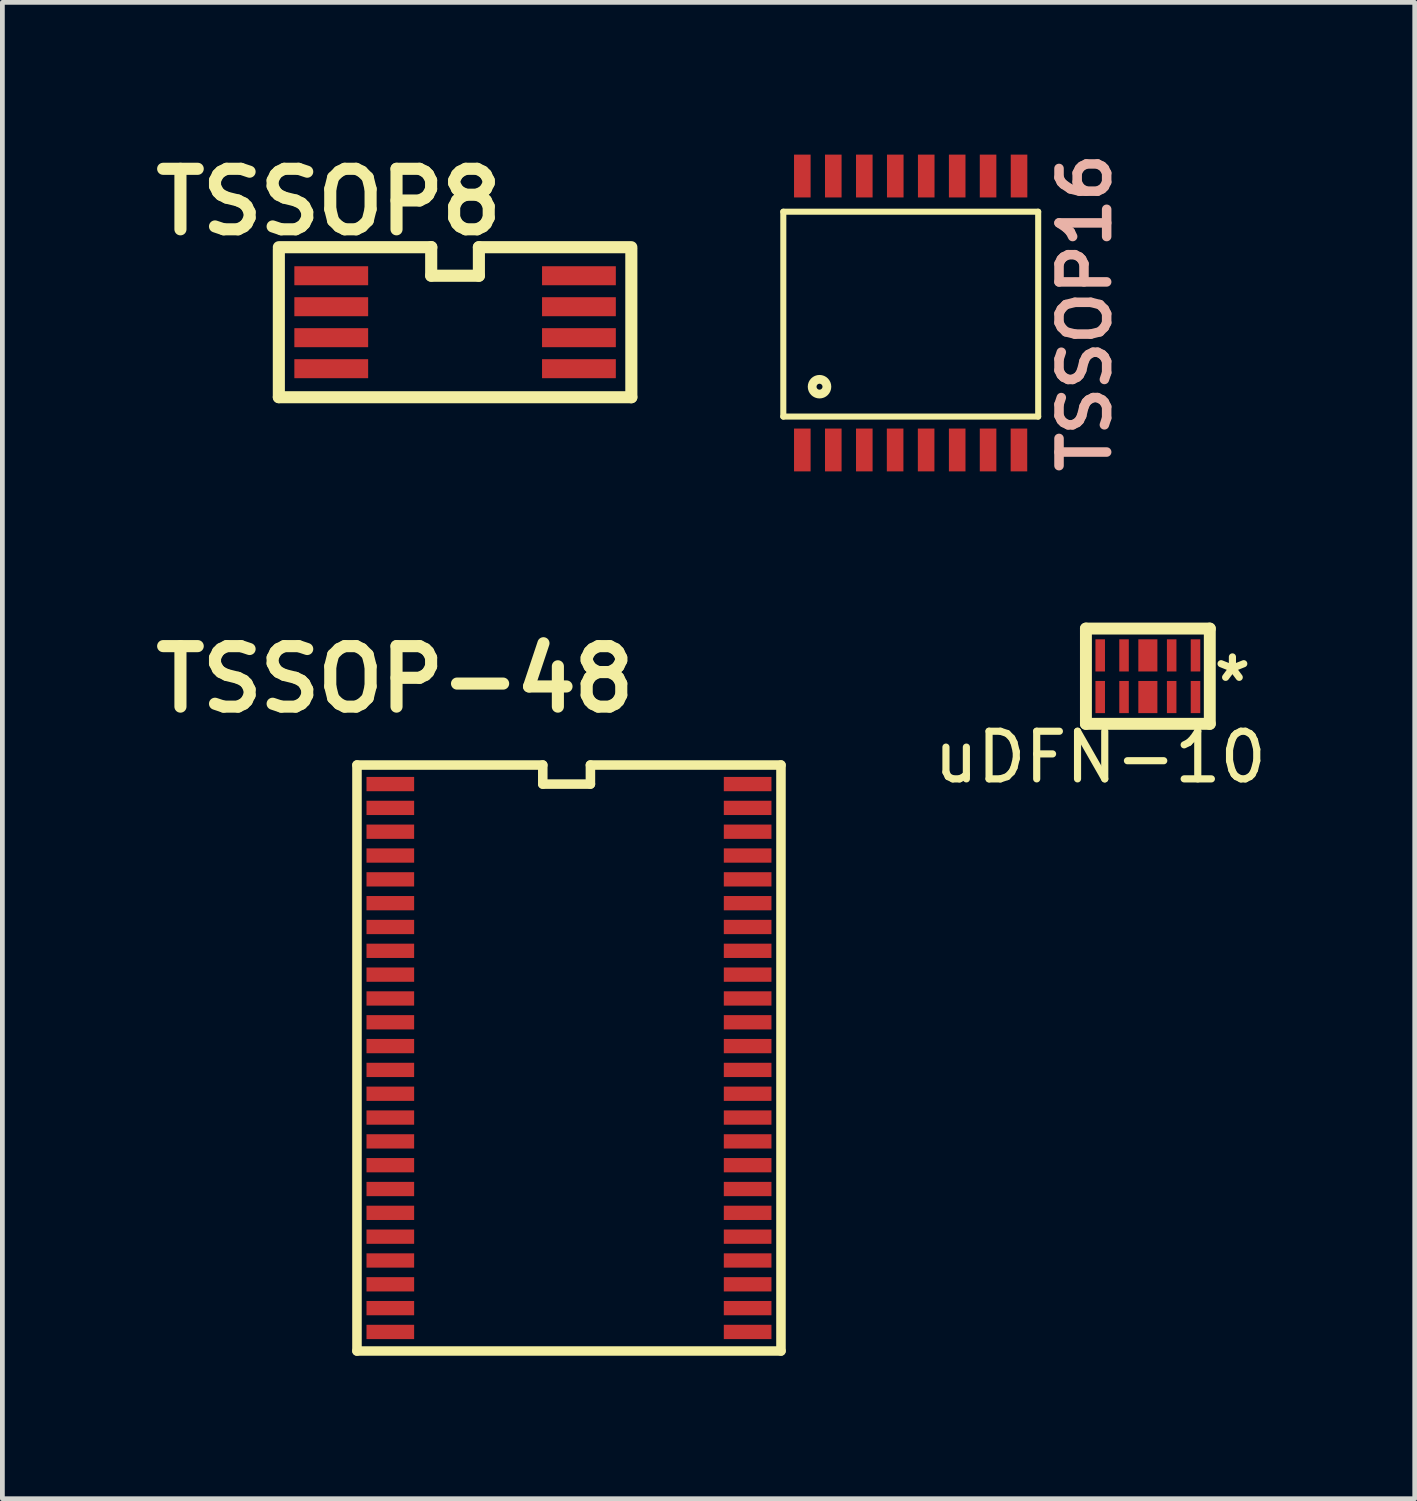
<source format=kicad_pcb>
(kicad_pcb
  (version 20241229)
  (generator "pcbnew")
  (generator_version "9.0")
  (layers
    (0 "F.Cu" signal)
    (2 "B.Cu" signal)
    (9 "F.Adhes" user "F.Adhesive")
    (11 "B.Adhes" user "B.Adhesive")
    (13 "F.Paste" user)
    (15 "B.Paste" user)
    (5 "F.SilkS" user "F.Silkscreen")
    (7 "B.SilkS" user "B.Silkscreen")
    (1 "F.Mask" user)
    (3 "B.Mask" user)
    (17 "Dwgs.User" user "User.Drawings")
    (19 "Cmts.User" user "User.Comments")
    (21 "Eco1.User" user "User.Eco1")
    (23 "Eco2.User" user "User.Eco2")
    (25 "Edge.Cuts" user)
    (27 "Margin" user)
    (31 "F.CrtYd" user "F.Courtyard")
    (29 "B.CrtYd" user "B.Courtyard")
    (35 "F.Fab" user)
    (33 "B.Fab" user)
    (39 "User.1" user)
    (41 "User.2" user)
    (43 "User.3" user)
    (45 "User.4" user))
  (footprint "TSSOP8"
    (layer "F.Cu")
    (at 3.903 2.738)
    (property "Reference" "TSSOP8" (at -0.051 -1.549 0) (layer "F.SilkS") (effects (font (size 1.27 1.27) (thickness 0.254))))
    (attr through_hole)
    (fp_line (start -1.1 -0.551) (end -1.1 2.548) (stroke (width 0.254) (type solid)) (layer "F.SilkS"))
    (fp_line (start -1.1 2.55) (end 6.299 2.55) (stroke (width 0.254) (type solid)) (layer "F.SilkS"))
    (fp_line (start 2.098 -0.003) (end 2.098 -0.602) (stroke (width 0.254) (type solid)) (layer "F.SilkS"))
    (fp_line (start 2.101 -0.599) (end -1.1 -0.599) (stroke (width 0.254) (type solid)) (layer "F.SilkS"))
    (fp_line (start 3.099 -0.599) (end 3.099 0) (stroke (width 0.254) (type solid)) (layer "F.SilkS"))
    (fp_line (start 3.099 -0.599) (end 6.299 -0.599) (stroke (width 0.254) (type solid)) (layer "F.SilkS"))
    (fp_line (start 3.099 0) (end 2.098 0) (stroke (width 0.254) (type solid)) (layer "F.SilkS"))
    (fp_line (start 6.299 2.55) (end 6.299 -0.549) (stroke (width 0.254) (type solid)) (layer "F.SilkS"))
    (pad "1" smd rect (at 0 0) (size 1.549 0.399) (layers "F.Cu" "F.Mask" "F.Paste"))
    (pad "2" smd rect (at 0 0.65) (size 1.549 0.399) (layers "F.Cu" "F.Mask" "F.Paste"))
    (pad "3" smd rect (at 0 1.3) (size 1.549 0.399) (layers "F.Cu" "F.Mask" "F.Paste"))
    (pad "4" smd rect (at 0 1.951) (size 1.549 0.399) (layers "F.Cu" "F.Mask" "F.Paste"))
    (pad "5" smd rect (at 5.199 1.951) (size 1.549 0.399) (layers "F.Cu" "F.Mask" "F.Paste"))
    (pad "6" smd rect (at 5.199 1.3) (size 1.549 0.399) (layers "F.Cu" "F.Mask" "F.Paste"))
    (pad "7" smd rect (at 5.199 0.65) (size 1.549 0.399) (layers "F.Cu" "F.Mask" "F.Paste"))
    (pad "8" smd rect (at 5.199 0) (size 1.549 0.399) (layers "F.Cu" "F.Mask" "F.Paste")))
  (footprint "TSSOP16"
    (layer "F.Cu")
    (at 16.067 3.52)
    (property "Reference" "TSSOP16" (at 3.66 -0.01 90) (layer "B.SilkS") (effects (font (size 1 1) (thickness 0.2))))
    (attr smd)
    (fp_line (start -2.675 2.174) (end -2.675 -2.126) (stroke (width 0.127) (type solid)) (layer "F.SilkS"))
    (fp_line (start -2.675 2.174) (end 2.675 2.174) (stroke (width 0.127) (type solid)) (layer "F.SilkS"))
    (fp_line (start 2.675 -2.126) (end -2.675 -2.126) (stroke (width 0.127) (type solid)) (layer "F.SilkS"))
    (fp_line (start 2.675 2.174) (end 2.675 -2.126) (stroke (width 0.127) (type solid)) (layer "F.SilkS"))
    (fp_circle (center -1.915 1.547) (end -1.875 1.595) (stroke (width 0.127) (type solid)) (fill no) (layer "F.SilkS"))
    (fp_circle (center -1.915 1.547) (end -1.755 1.636) (stroke (width 0.127) (type solid)) (fill no) (layer "F.SilkS"))
    (fp_circle (center -1.902 1.549) (end -2.062 1.709) (stroke (width 0.00012) (type solid)) (fill no) (layer "F.SilkS"))
    (fp_circle (center -1.902 1.549) (end -2.062 1.709) (stroke (width 0.00012) (type solid)) (fill no) (layer "F.SilkS"))
    (pad "1" smd rect (at -2.276 2.875) (size 0.348 0.899) (layers "F.Cu" "F.Mask" "F.Paste"))
    (pad "2" smd rect (at -1.626 2.875) (size 0.348 0.899) (layers "F.Cu" "F.Mask" "F.Paste"))
    (pad "3" smd rect (at -0.975 2.875) (size 0.348 0.899) (layers "F.Cu" "F.Mask" "F.Paste"))
    (pad "4" smd rect (at -0.328 2.875) (size 0.348 0.899) (layers "F.Cu" "F.Mask" "F.Paste"))
    (pad "5" smd rect (at 0.323 2.875) (size 0.348 0.899) (layers "F.Cu" "F.Mask" "F.Paste"))
    (pad "6" smd rect (at 0.975 2.875) (size 0.348 0.899) (layers "F.Cu" "F.Mask" "F.Paste"))
    (pad "7" smd rect (at 1.623 2.875) (size 0.348 0.899) (layers "F.Cu" "F.Mask" "F.Paste"))
    (pad "8" smd rect (at 2.271 2.875) (size 0.348 0.899) (layers "F.Cu" "F.Mask" "F.Paste"))
    (pad "9" smd rect (at 2.273 -2.875) (size 0.348 0.899) (layers "F.Cu" "F.Mask" "F.Paste"))
    (pad "10" smd rect (at 1.623 -2.875) (size 0.348 0.899) (layers "F.Cu" "F.Mask" "F.Paste"))
    (pad "11" smd rect (at 0.975 -2.875) (size 0.348 0.899) (layers "F.Cu" "F.Mask" "F.Paste"))
    (pad "12" smd rect (at 0.325 -2.875) (size 0.348 0.899) (layers "F.Cu" "F.Mask" "F.Paste"))
    (pad "13" smd rect (at -0.325 -2.875) (size 0.348 0.899) (layers "F.Cu" "F.Mask" "F.Paste"))
    (pad "14" smd rect (at -0.975 -2.875) (size 0.348 0.899) (layers "F.Cu" "F.Mask" "F.Paste"))
    (pad "15" smd rect (at -1.626 -2.875) (size 0.348 0.899) (layers "F.Cu" "F.Mask" "F.Paste"))
    (pad "16" smd rect (at -2.276 -2.875) (size 0.348 0.899) (layers "F.Cu" "F.Mask" "F.Paste")))
  (footprint "uDFN-10"
    (layer "F.Cu")
    (at 21.044 11.144)
    (property "Reference" "uDFN-10" (at -1 1.7 0) (layer "F.SilkS") (effects (font (size 1 1) (thickness 0.15))))
    (attr smd)
    (fp_line (start -1.3 -1) (end 1.3 -1) (stroke (width 0.25) (type solid)) (layer "F.SilkS"))
    (fp_line (start -1.3 1) (end -1.3 -1) (stroke (width 0.25) (type solid)) (layer "F.SilkS"))
    (fp_line (start 1.3 -1) (end 1.3 1) (stroke (width 0.25) (type solid)) (layer "F.SilkS"))
    (fp_line (start 1.3 1) (end -1.3 1) (stroke (width 0.25) (type solid)) (layer "F.SilkS"))
    (fp_text user "*" (at 1.775 0.14 0) (layer "F.SilkS") (effects (font (size 1 1) (thickness 0.15))))
    (pad "1" smd rect (at 1 -0.437) (size 0.2 0.675) (layers "F.Cu" "F.Mask" "F.Paste"))
    (pad "2" smd rect (at 0.5 -0.437) (size 0.2 0.675) (layers "F.Cu" "F.Mask" "F.Paste"))
    (pad "3" smd rect (at 0 -0.437) (size 0.4 0.675) (layers "F.Cu" "F.Mask" "F.Paste"))
    (pad "4" smd rect (at -0.5 -0.437) (size 0.2 0.675) (layers "F.Cu" "F.Mask" "F.Paste"))
    (pad "5" smd rect (at -1 -0.437) (size 0.2 0.675) (layers "F.Cu" "F.Mask" "F.Paste"))
    (pad "6" smd rect (at -1 0.437) (size 0.2 0.675) (layers "F.Cu" "F.Mask" "F.Paste"))
    (pad "7" smd rect (at -0.5 0.437) (size 0.2 0.675) (layers "F.Cu" "F.Mask" "F.Paste"))
    (pad "8" smd rect (at 0 0.437) (size 0.4 0.675) (layers "F.Cu" "F.Mask" "F.Paste"))
    (pad "9" smd rect (at 0.5 0.437) (size 0.2 0.675) (layers "F.Cu" "F.Mask" "F.Paste"))
    (pad "10" smd rect (at 1 0.437) (size 0.2 0.675) (layers "F.Cu" "F.Mask" "F.Paste")))
  (footprint "TSSOP-48"
    (layer "F.Cu")
    (at 5.143 13.408)
    (property "Reference" "TSSOP-48" (at 0.1 -2.2 0) (layer "F.SilkS") (effects (font (size 1.27 1.27) (thickness 0.254))))
    (attr through_hole)
    (fp_line (start -0.7 -0.4) (end -0.7 11.9) (stroke (width 0.2) (type solid)) (layer "F.SilkS"))
    (fp_line (start -0.7 11.9) (end 8.2 11.9) (stroke (width 0.2) (type solid)) (layer "F.SilkS"))
    (fp_line (start 3.2 -0.4) (end -0.7 -0.4) (stroke (width 0.2) (type solid)) (layer "F.SilkS"))
    (fp_line (start 3.2 0) (end 3.2 -0.4) (stroke (width 0.2) (type solid)) (layer "F.SilkS"))
    (fp_line (start 4.2 -0.4) (end 4.2 0) (stroke (width 0.2) (type solid)) (layer "F.SilkS"))
    (fp_line (start 4.2 0) (end 3.2 0) (stroke (width 0.2) (type solid)) (layer "F.SilkS"))
    (fp_line (start 8.2 -0.4) (end 4.2 -0.4) (stroke (width 0.2) (type solid)) (layer "F.SilkS"))
    (fp_line (start 8.2 11.9) (end 8.2 -0.4) (stroke (width 0.2) (type solid)) (layer "F.SilkS"))
    (pad "1" smd rect (at 0 0) (size 1 0.3) (layers "F.Cu" "F.Mask" "F.Paste"))
    (pad "2" smd rect (at 0 0.5) (size 1 0.3) (layers "F.Cu" "F.Mask" "F.Paste"))
    (pad "3" smd rect (at 0 1) (size 1 0.3) (layers "F.Cu" "F.Mask" "F.Paste"))
    (pad "4" smd rect (at 0 1.5) (size 1 0.3) (layers "F.Cu" "F.Mask" "F.Paste"))
    (pad "5" smd rect (at 0 2) (size 1 0.3) (layers "F.Cu" "F.Mask" "F.Paste"))
    (pad "6" smd rect (at 0 2.5) (size 1 0.3) (layers "F.Cu" "F.Mask" "F.Paste"))
    (pad "7" smd rect (at 0 3) (size 1 0.3) (layers "F.Cu" "F.Mask" "F.Paste"))
    (pad "8" smd rect (at 0 3.5) (size 1 0.3) (layers "F.Cu" "F.Mask" "F.Paste"))
    (pad "9" smd rect (at 0 4) (size 1 0.3) (layers "F.Cu" "F.Mask" "F.Paste"))
    (pad "10" smd rect (at 0 4.5) (size 1 0.3) (layers "F.Cu" "F.Mask" "F.Paste"))
    (pad "11" smd rect (at 0 5) (size 1 0.3) (layers "F.Cu" "F.Mask" "F.Paste"))
    (pad "12" smd rect (at 0 5.5) (size 1 0.3) (layers "F.Cu" "F.Mask" "F.Paste"))
    (pad "13" smd rect (at 0 6) (size 1 0.3) (layers "F.Cu" "F.Mask" "F.Paste"))
    (pad "14" smd rect (at 0 6.5) (size 1 0.3) (layers "F.Cu" "F.Mask" "F.Paste"))
    (pad "15" smd rect (at 0 7) (size 1 0.3) (layers "F.Cu" "F.Mask" "F.Paste"))
    (pad "16" smd rect (at 0 7.5) (size 1 0.3) (layers "F.Cu" "F.Mask" "F.Paste"))
    (pad "17" smd rect (at 0 8) (size 1 0.3) (layers "F.Cu" "F.Mask" "F.Paste"))
    (pad "18" smd rect (at 0 8.5) (size 1 0.3) (layers "F.Cu" "F.Mask" "F.Paste"))
    (pad "19" smd rect (at 0 9) (size 1 0.3) (layers "F.Cu" "F.Mask" "F.Paste"))
    (pad "20" smd rect (at 0 9.5) (size 1 0.3) (layers "F.Cu" "F.Mask" "F.Paste"))
    (pad "21" smd rect (at 0 10) (size 1 0.3) (layers "F.Cu" "F.Mask" "F.Paste"))
    (pad "22" smd rect (at 0 10.5) (size 1 0.3) (layers "F.Cu" "F.Mask" "F.Paste"))
    (pad "23" smd rect (at 0 11) (size 1 0.3) (layers "F.Cu" "F.Mask" "F.Paste"))
    (pad "24" smd rect (at 0 11.5) (size 1 0.3) (layers "F.Cu" "F.Mask" "F.Paste"))
    (pad "25" smd rect (at 7.5 11.5) (size 1 0.3) (layers "F.Cu" "F.Mask" "F.Paste"))
    (pad "26" smd rect (at 7.5 11) (size 1 0.3) (layers "F.Cu" "F.Mask" "F.Paste"))
    (pad "27" smd rect (at 7.5 10.5) (size 1 0.3) (layers "F.Cu" "F.Mask" "F.Paste"))
    (pad "28" smd rect (at 7.5 10) (size 1 0.3) (layers "F.Cu" "F.Mask" "F.Paste"))
    (pad "29" smd rect (at 7.5 9.5) (size 1 0.3) (layers "F.Cu" "F.Mask" "F.Paste"))
    (pad "30" smd rect (at 7.5 9) (size 1 0.3) (layers "F.Cu" "F.Mask" "F.Paste"))
    (pad "31" smd rect (at 7.5 8.5) (size 1 0.3) (layers "F.Cu" "F.Mask" "F.Paste"))
    (pad "32" smd rect (at 7.5 8) (size 1 0.3) (layers "F.Cu" "F.Mask" "F.Paste"))
    (pad "33" smd rect (at 7.5 7.5) (size 1 0.3) (layers "F.Cu" "F.Mask" "F.Paste"))
    (pad "34" smd rect (at 7.5 7) (size 1 0.3) (layers "F.Cu" "F.Mask" "F.Paste"))
    (pad "35" smd rect (at 7.5 6.5) (size 1 0.3) (layers "F.Cu" "F.Mask" "F.Paste"))
    (pad "36" smd rect (at 7.5 6) (size 1 0.3) (layers "F.Cu" "F.Mask" "F.Paste"))
    (pad "37" smd rect (at 7.5 5.5) (size 1 0.3) (layers "F.Cu" "F.Mask" "F.Paste"))
    (pad "38" smd rect (at 7.5 5) (size 1 0.3) (layers "F.Cu" "F.Mask" "F.Paste"))
    (pad "39" smd rect (at 7.5 4.5) (size 1 0.3) (layers "F.Cu" "F.Mask" "F.Paste"))
    (pad "40" smd rect (at 7.5 4) (size 1 0.3) (layers "F.Cu" "F.Mask" "F.Paste"))
    (pad "41" smd rect (at 7.5 3.5) (size 1 0.3) (layers "F.Cu" "F.Mask" "F.Paste"))
    (pad "42" smd rect (at 7.5 3) (size 1 0.3) (layers "F.Cu" "F.Mask" "F.Paste"))
    (pad "43" smd rect (at 7.5 2.5) (size 1 0.3) (layers "F.Cu" "F.Mask" "F.Paste"))
    (pad "44" smd rect (at 7.5 2) (size 1 0.3) (layers "F.Cu" "F.Mask" "F.Paste"))
    (pad "45" smd rect (at 7.5 1.5) (size 1 0.3) (layers "F.Cu" "F.Mask" "F.Paste"))
    (pad "46" smd rect (at 7.5 1) (size 1 0.3) (layers "F.Cu" "F.Mask" "F.Paste"))
    (pad "47" smd rect (at 7.5 0.5) (size 1 0.3) (layers "F.Cu" "F.Mask" "F.Paste"))
    (pad "48" smd rect (at 7.5 0) (size 1 0.3) (layers "F.Cu" "F.Mask" "F.Paste")))
  (gr_rect
    (start -3 -3)
    (end 26.646 28.408)
    (stroke (width 0.1) (type default))
    (fill no)
    (layer "Edge.Cuts")))
</source>
